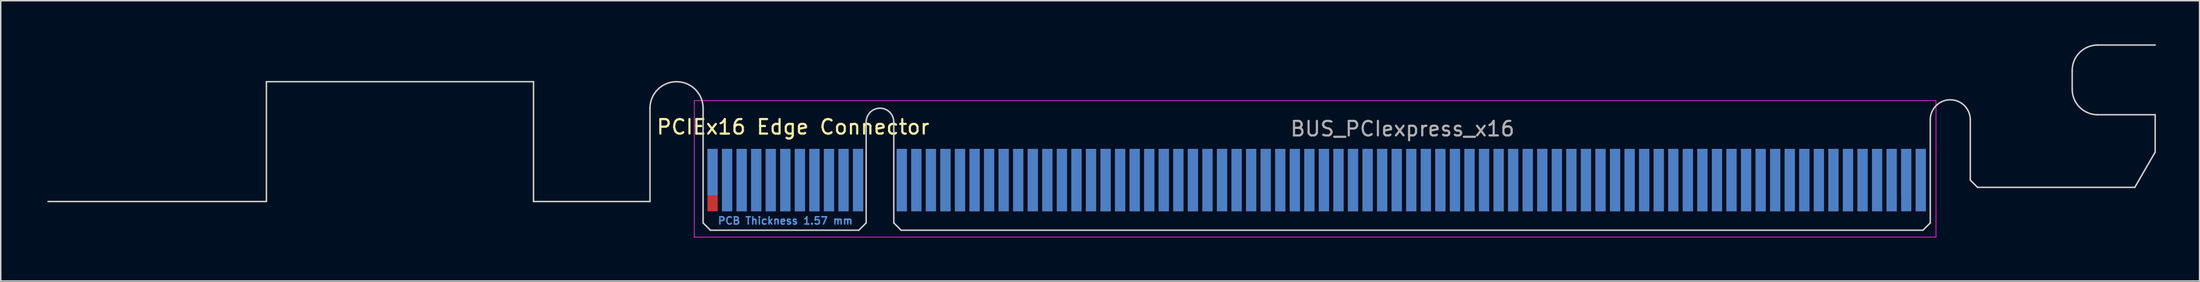
<source format=kicad_pcb>
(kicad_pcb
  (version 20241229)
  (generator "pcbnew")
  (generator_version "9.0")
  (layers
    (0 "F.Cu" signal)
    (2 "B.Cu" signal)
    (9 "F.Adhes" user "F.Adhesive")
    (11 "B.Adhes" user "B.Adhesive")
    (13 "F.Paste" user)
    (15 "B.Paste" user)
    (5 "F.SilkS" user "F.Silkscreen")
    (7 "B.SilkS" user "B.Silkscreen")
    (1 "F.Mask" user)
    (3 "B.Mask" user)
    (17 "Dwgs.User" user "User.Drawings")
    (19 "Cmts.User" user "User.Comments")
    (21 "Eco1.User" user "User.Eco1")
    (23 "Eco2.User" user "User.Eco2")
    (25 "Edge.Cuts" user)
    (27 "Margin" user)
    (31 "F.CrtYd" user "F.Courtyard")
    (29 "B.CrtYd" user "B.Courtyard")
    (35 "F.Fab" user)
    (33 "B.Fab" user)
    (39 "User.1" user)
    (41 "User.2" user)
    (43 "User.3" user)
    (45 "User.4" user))
  (footprint "PCIEx16 Edge Connector"
    (layer "F.Cu")
    (at 0.25 10.825)
    (property "Reference" "PCIEx16 Edge Connector" (at 51.181 -5.131 0) (layer "F.SilkS") (effects (font (size 1 1) (thickness 0.15))))
    (attr through_hole)
    (fp_line (start 0 0) (end 15 0) (stroke (width 0.1) (type solid)) (layer "Edge.Cuts"))
    (fp_line (start 15 -8.25) (end 33.35 -8.25) (stroke (width 0.1) (type solid)) (layer "Edge.Cuts"))
    (fp_line (start 15 0) (end 15 -8.25) (stroke (width 0.1) (type solid)) (layer "Edge.Cuts"))
    (fp_line (start 33.35 0) (end 33.35 -8.25) (stroke (width 0.1) (type solid)) (layer "Edge.Cuts"))
    (fp_line (start 33.35 0) (end 41.35 0) (stroke (width 0.1) (type solid)) (layer "Edge.Cuts"))
    (fp_line (start 41.35 0) (end 41.35 -6.425) (stroke (width 0.1) (type solid)) (layer "Edge.Cuts"))
    (fp_line (start 45 -6.425) (end 45 1.475) (stroke (width 0.1) (type solid)) (layer "Edge.Cuts"))
    (fp_line (start 45 1.475) (end 45.5 1.975) (stroke (width 0.1) (type solid)) (layer "Edge.Cuts"))
    (fp_line (start 45.5 1.975) (end 55.7 1.975) (stroke (width 0.1) (type solid)) (layer "Edge.Cuts"))
    (fp_line (start 56.2 -5.475) (end 56.2 1.475) (stroke (width 0.1) (type solid)) (layer "Edge.Cuts"))
    (fp_line (start 56.2 1.475) (end 55.7 1.975) (stroke (width 0.1) (type solid)) (layer "Edge.Cuts"))
    (fp_line (start 58.1 -5.475) (end 58.1 1.475) (stroke (width 0.1) (type solid)) (layer "Edge.Cuts"))
    (fp_line (start 58.1 1.475) (end 58.6 1.975) (stroke (width 0.1) (type solid)) (layer "Edge.Cuts"))
    (fp_line (start 58.6 1.975) (end 128.8 1.975) (stroke (width 0.1) (type solid)) (layer "Edge.Cuts"))
    (fp_line (start 129.3 -5.63) (end 129.3 1.475) (stroke (width 0.1) (type solid)) (layer "Edge.Cuts"))
    (fp_line (start 129.3 1.475) (end 128.8 1.975) (stroke (width 0.1) (type solid)) (layer "Edge.Cuts"))
    (fp_line (start 132.05 -5.63) (end 132.05 -1.475) (stroke (width 0.1) (type solid)) (layer "Edge.Cuts"))
    (fp_line (start 132.05 -1.475) (end 132.55 -0.975) (stroke (width 0.1) (type solid)) (layer "Edge.Cuts"))
    (fp_line (start 132.55 -0.975) (end 143.35 -0.975) (stroke (width 0.1) (type solid)) (layer "Edge.Cuts"))
    (fp_line (start 139.05 -9.025) (end 139.05 -7.725) (stroke (width 0.1) (type solid)) (layer "Edge.Cuts"))
    (fp_line (start 140.8 -5.975) (end 144.75 -5.975) (stroke (width 0.1) (type solid)) (layer "Edge.Cuts"))
    (fp_line (start 144.75 -10.775) (end 140.8 -10.775) (stroke (width 0.1) (type solid)) (layer "Edge.Cuts"))
    (fp_line (start 144.75 -5.975) (end 144.75 -3.4) (stroke (width 0.1) (type solid)) (layer "Edge.Cuts"))
    (fp_line (start 144.75 -3.4) (end 143.35 -0.975) (stroke (width 0.1) (type solid)) (layer "Edge.Cuts"))
    (fp_arc (start 41.35 -6.425) (mid 43.175 -8.25) (end 45 -6.425) (stroke (width 0.1) (type solid)) (layer "Edge.Cuts"))
    (fp_arc (start 56.2 -5.475) (mid 57.15 -6.425) (end 58.1 -5.475) (stroke (width 0.1) (type solid)) (layer "Edge.Cuts"))
    (fp_arc (start 129.3 -5.63) (mid 130.675 -7.005) (end 132.05 -5.63) (stroke (width 0.1) (type solid)) (layer "Edge.Cuts"))
    (fp_arc (start 139.05 -9.025) (mid 139.562563 -10.262437) (end 140.8 -10.775) (stroke (width 0.1) (type solid)) (layer "Edge.Cuts"))
    (fp_arc (start 140.8 -5.975) (mid 139.562563 -6.487563) (end 139.05 -7.725) (stroke (width 0.1) (type solid)) (layer "Edge.Cuts"))
    (fp_line (start 44.392 -6.949) (end 44.392 2.451) (stroke (width 0.05) (type solid)) (layer "F.CrtYd"))
    (fp_line (start 44.392 -6.949) (end 129.692 -6.949) (stroke (width 0.05) (type solid)) (layer "F.CrtYd"))
    (fp_line (start 129.692 2.451) (end 44.392 2.451) (stroke (width 0.05) (type solid)) (layer "F.CrtYd"))
    (fp_line (start 129.692 2.451) (end 129.692 -6.949) (stroke (width 0.05) (type solid)) (layer "F.CrtYd"))
    (fp_text user "PCB Thickness 1.57 mm" (at 50.65 1.325 180) (layer "Cmts.User") (effects (font (size 0.5 0.5) (thickness 0.1))))
    (fp_text user "BUS_PCIexpress_x16" (at 93.046 -5.006 0) (layer "F.Fab") (effects (font (size 1 1) (thickness 0.15))))
    (pad "A1" connect rect (at 45.65 -2.025) (size 0.7 3.2) (layers "B.Cu" "B.Mask"))
    (pad "A2" connect rect (at 46.65 -1.475) (size 0.7 4.3) (layers "B.Cu" "B.Mask"))
    (pad "A3" connect rect (at 47.65 -1.475) (size 0.7 4.3) (layers "B.Cu" "B.Mask"))
    (pad "A4" connect rect (at 48.65 -1.475) (size 0.7 4.3) (layers "B.Cu" "B.Mask"))
    (pad "A5" connect rect (at 49.65 -1.475) (size 0.7 4.3) (layers "B.Cu" "B.Mask"))
    (pad "A6" connect rect (at 50.65 -1.475) (size 0.7 4.3) (layers "B.Cu" "B.Mask"))
    (pad "A7" connect rect (at 51.65 -1.475) (size 0.7 4.3) (layers "B.Cu" "B.Mask"))
    (pad "A8" connect rect (at 52.65 -1.475) (size 0.7 4.3) (layers "B.Cu" "B.Mask"))
    (pad "A9" connect rect (at 53.65 -1.475) (size 0.7 4.3) (layers "B.Cu" "B.Mask"))
    (pad "A10" connect rect (at 54.65 -1.475) (size 0.7 4.3) (layers "B.Cu" "B.Mask"))
    (pad "A11" connect rect (at 55.65 -1.475) (size 0.7 4.3) (layers "B.Cu" "B.Mask"))
    (pad "A12" connect rect (at 58.65 -1.475) (size 0.7 4.3) (layers "B.Cu" "B.Mask"))
    (pad "A13" connect rect (at 59.65 -1.475) (size 0.7 4.3) (layers "B.Cu" "B.Mask"))
    (pad "A14" connect rect (at 60.65 -1.475) (size 0.7 4.3) (layers "B.Cu" "B.Mask"))
    (pad "A15" connect rect (at 61.65 -1.475) (size 0.7 4.3) (layers "B.Cu" "B.Mask"))
    (pad "A16" connect rect (at 62.65 -1.475) (size 0.7 4.3) (layers "B.Cu" "B.Mask"))
    (pad "A17" connect rect (at 63.65 -1.475) (size 0.7 4.3) (layers "B.Cu" "B.Mask"))
    (pad "A18" connect rect (at 64.65 -1.475) (size 0.7 4.3) (layers "B.Cu" "B.Mask"))
    (pad "A19" connect rect (at 65.65 -1.475) (size 0.7 4.3) (layers "B.Cu" "B.Mask"))
    (pad "A20" connect rect (at 66.65 -1.475) (size 0.7 4.3) (layers "B.Cu" "B.Mask"))
    (pad "A21" connect rect (at 67.65 -1.475) (size 0.7 4.3) (layers "B.Cu" "B.Mask"))
    (pad "A22" connect rect (at 68.65 -1.475) (size 0.7 4.3) (layers "B.Cu" "B.Mask"))
    (pad "A23" connect rect (at 69.65 -1.475) (size 0.7 4.3) (layers "B.Cu" "B.Mask"))
    (pad "A24" connect rect (at 70.65 -1.475) (size 0.7 4.3) (layers "B.Cu" "B.Mask"))
    (pad "A25" connect rect (at 71.65 -1.475) (size 0.7 4.3) (layers "B.Cu" "B.Mask"))
    (pad "A26" connect rect (at 72.65 -1.475) (size 0.7 4.3) (layers "B.Cu" "B.Mask"))
    (pad "A27" connect rect (at 73.65 -1.475) (size 0.7 4.3) (layers "B.Cu" "B.Mask"))
    (pad "A28" connect rect (at 74.65 -1.475) (size 0.7 4.3) (layers "B.Cu" "B.Mask"))
    (pad "A29" connect rect (at 75.65 -1.475) (size 0.7 4.3) (layers "B.Cu" "B.Mask"))
    (pad "A30" connect rect (at 76.65 -1.475) (size 0.7 4.3) (layers "B.Cu" "B.Mask"))
    (pad "A31" connect rect (at 77.65 -1.475) (size 0.7 4.3) (layers "B.Cu" "B.Mask"))
    (pad "A32" connect rect (at 78.65 -1.475) (size 0.7 4.3) (layers "B.Cu" "B.Mask"))
    (pad "A33" connect rect (at 79.65 -1.475) (size 0.7 4.3) (layers "B.Cu" "B.Mask"))
    (pad "A34" connect rect (at 80.65 -1.475) (size 0.7 4.3) (layers "B.Cu" "B.Mask"))
    (pad "A35" connect rect (at 81.65 -1.475) (size 0.7 4.3) (layers "B.Cu" "B.Mask"))
    (pad "A36" connect rect (at 82.65 -1.475) (size 0.7 4.3) (layers "B.Cu" "B.Mask"))
    (pad "A37" connect rect (at 83.65 -1.475) (size 0.7 4.3) (layers "B.Cu" "B.Mask"))
    (pad "A38" connect rect (at 84.65 -1.475) (size 0.7 4.3) (layers "B.Cu" "B.Mask"))
    (pad "A39" connect rect (at 85.65 -1.475) (size 0.7 4.3) (layers "B.Cu" "B.Mask"))
    (pad "A40" connect rect (at 86.65 -1.475) (size 0.7 4.3) (layers "B.Cu" "B.Mask"))
    (pad "A41" connect rect (at 87.65 -1.475) (size 0.7 4.3) (layers "B.Cu" "B.Mask"))
    (pad "A42" connect rect (at 88.65 -1.475) (size 0.7 4.3) (layers "B.Cu" "B.Mask"))
    (pad "A43" connect rect (at 89.65 -1.475) (size 0.7 4.3) (layers "B.Cu" "B.Mask"))
    (pad "A44" connect rect (at 90.65 -1.475) (size 0.7 4.3) (layers "B.Cu" "B.Mask"))
    (pad "A45" connect rect (at 91.65 -1.475) (size 0.7 4.3) (layers "B.Cu" "B.Mask"))
    (pad "A46" connect rect (at 92.65 -1.475) (size 0.7 4.3) (layers "B.Cu" "B.Mask"))
    (pad "A47" connect rect (at 93.65 -1.475) (size 0.7 4.3) (layers "B.Cu" "B.Mask"))
    (pad "A48" connect rect (at 94.65 -1.475) (size 0.7 4.3) (layers "B.Cu" "B.Mask"))
    (pad "A49" connect rect (at 95.65 -1.475) (size 0.7 4.3) (layers "B.Cu" "B.Mask"))
    (pad "A50" connect rect (at 96.65 -1.475) (size 0.7 4.3) (layers "B.Cu" "B.Mask"))
    (pad "A51" connect rect (at 97.65 -1.475) (size 0.7 4.3) (layers "B.Cu" "B.Mask"))
    (pad "A52" connect rect (at 98.65 -1.475) (size 0.7 4.3) (layers "B.Cu" "B.Mask"))
    (pad "A53" connect rect (at 99.65 -1.475) (size 0.7 4.3) (layers "B.Cu" "B.Mask"))
    (pad "A54" connect rect (at 100.65 -1.475) (size 0.7 4.3) (layers "B.Cu" "B.Mask"))
    (pad "A55" connect rect (at 101.65 -1.475) (size 0.7 4.3) (layers "B.Cu" "B.Mask"))
    (pad "A56" connect rect (at 102.65 -1.475) (size 0.7 4.3) (layers "B.Cu" "B.Mask"))
    (pad "A57" connect rect (at 103.65 -1.475) (size 0.7 4.3) (layers "B.Cu" "B.Mask"))
    (pad "A58" connect rect (at 104.65 -1.475) (size 0.7 4.3) (layers "B.Cu" "B.Mask"))
    (pad "A59" connect rect (at 105.65 -1.475) (size 0.7 4.3) (layers "B.Cu" "B.Mask"))
    (pad "A60" connect rect (at 106.65 -1.475) (size 0.7 4.3) (layers "B.Cu" "B.Mask"))
    (pad "A61" connect rect (at 107.65 -1.475) (size 0.7 4.3) (layers "B.Cu" "B.Mask"))
    (pad "A62" connect rect (at 108.65 -1.475) (size 0.7 4.3) (layers "B.Cu" "B.Mask"))
    (pad "A63" connect rect (at 109.65 -1.475) (size 0.7 4.3) (layers "B.Cu" "B.Mask"))
    (pad "A64" connect rect (at 110.65 -1.475) (size 0.7 4.3) (layers "B.Cu" "B.Mask"))
    (pad "A65" connect rect (at 111.65 -1.475) (size 0.7 4.3) (layers "B.Cu" "B.Mask"))
    (pad "A66" connect rect (at 112.65 -1.475) (size 0.7 4.3) (layers "B.Cu" "B.Mask"))
    (pad "A67" connect rect (at 113.65 -1.475) (size 0.7 4.3) (layers "B.Cu" "B.Mask"))
    (pad "A68" connect rect (at 114.65 -1.475) (size 0.7 4.3) (layers "B.Cu" "B.Mask"))
    (pad "A69" connect rect (at 115.65 -1.475) (size 0.7 4.3) (layers "B.Cu" "B.Mask"))
    (pad "A70" connect rect (at 116.65 -1.475) (size 0.7 4.3) (layers "B.Cu" "B.Mask"))
    (pad "A71" connect rect (at 117.65 -1.475) (size 0.7 4.3) (layers "B.Cu" "B.Mask"))
    (pad "A72" connect rect (at 118.65 -1.475) (size 0.7 4.3) (layers "B.Cu" "B.Mask"))
    (pad "A73" connect rect (at 119.65 -1.475) (size 0.7 4.3) (layers "B.Cu" "B.Mask"))
    (pad "A74" connect rect (at 120.65 -1.475) (size 0.7 4.3) (layers "B.Cu" "B.Mask"))
    (pad "A75" connect rect (at 121.65 -1.475) (size 0.7 4.3) (layers "B.Cu" "B.Mask"))
    (pad "A76" connect rect (at 122.65 -1.475) (size 0.7 4.3) (layers "B.Cu" "B.Mask"))
    (pad "A77" connect rect (at 123.65 -1.475) (size 0.7 4.3) (layers "B.Cu" "B.Mask"))
    (pad "A78" connect rect (at 124.65 -1.475) (size 0.7 4.3) (layers "B.Cu" "B.Mask"))
    (pad "A79" connect rect (at 125.65 -1.475) (size 0.7 4.3) (layers "B.Cu" "B.Mask"))
    (pad "A80" connect rect (at 126.65 -1.475) (size 0.7 4.3) (layers "B.Cu" "B.Mask"))
    (pad "A81" connect rect (at 127.65 -1.475) (size 0.7 4.3) (layers "B.Cu" "B.Mask"))
    (pad "A82" connect rect (at 128.65 -1.475) (size 0.7 4.3) (layers "B.Cu" "B.Mask"))
    (pad "B1" connect rect (at 45.65 -1.475) (size 0.7 4.3) (layers "F.Cu" "F.Mask"))
    (pad "B2" connect rect (at 46.65 -1.475) (size 0.7 4.3) (layers "F.Cu" "F.Mask"))
    (pad "B3" connect rect (at 47.65 -1.475) (size 0.7 4.3) (layers "F.Cu" "F.Mask"))
    (pad "B4" connect rect (at 48.65 -1.475) (size 0.7 4.3) (layers "F.Cu" "F.Mask"))
    (pad "B5" connect rect (at 49.65 -1.475) (size 0.7 4.3) (layers "F.Cu" "F.Mask"))
    (pad "B6" connect rect (at 50.65 -1.475) (size 0.7 4.3) (layers "F.Cu" "F.Mask"))
    (pad "B7" connect rect (at 51.65 -1.475) (size 0.7 4.3) (layers "F.Cu" "F.Mask"))
    (pad "B8" connect rect (at 52.65 -1.475) (size 0.7 4.3) (layers "F.Cu" "F.Mask"))
    (pad "B9" connect rect (at 53.65 -1.475) (size 0.7 4.3) (layers "F.Cu" "F.Mask"))
    (pad "B10" connect rect (at 54.65 -1.475) (size 0.7 4.3) (layers "F.Cu" "F.Mask"))
    (pad "B11" connect rect (at 55.65 -1.475) (size 0.7 4.3) (layers "F.Cu" "F.Mask"))
    (pad "B12" connect rect (at 58.65 -1.475) (size 0.7 4.3) (layers "F.Cu" "F.Mask"))
    (pad "B13" connect rect (at 59.65 -1.475) (size 0.7 4.3) (layers "F.Cu" "F.Mask"))
    (pad "B14" connect rect (at 60.65 -1.475) (size 0.7 4.3) (layers "F.Cu" "F.Mask"))
    (pad "B15" connect rect (at 61.65 -1.475) (size 0.7 4.3) (layers "F.Cu" "F.Mask"))
    (pad "B16" connect rect (at 62.65 -1.475) (size 0.7 4.3) (layers "F.Cu" "F.Mask"))
    (pad "B17" connect rect (at 63.65 -1.475) (size 0.7 4.3) (layers "F.Cu" "F.Mask"))
    (pad "B18" connect rect (at 64.65 -1.475) (size 0.7 4.3) (layers "F.Cu" "F.Mask"))
    (pad "B19" connect rect (at 65.65 -1.475) (size 0.7 4.3) (layers "F.Cu" "F.Mask"))
    (pad "B20" connect rect (at 66.65 -1.475) (size 0.7 4.3) (layers "F.Cu" "F.Mask"))
    (pad "B21" connect rect (at 67.65 -1.475) (size 0.7 4.3) (layers "F.Cu" "F.Mask"))
    (pad "B22" connect rect (at 68.65 -1.475) (size 0.7 4.3) (layers "F.Cu" "F.Mask"))
    (pad "B23" connect rect (at 69.65 -1.475) (size 0.7 4.3) (layers "F.Cu" "F.Mask"))
    (pad "B24" connect rect (at 70.65 -1.475) (size 0.7 4.3) (layers "F.Cu" "F.Mask"))
    (pad "B25" connect rect (at 71.65 -1.475) (size 0.7 4.3) (layers "F.Cu" "F.Mask"))
    (pad "B26" connect rect (at 72.65 -1.475) (size 0.7 4.3) (layers "F.Cu" "F.Mask"))
    (pad "B27" connect rect (at 73.65 -1.475) (size 0.7 4.3) (layers "F.Cu" "F.Mask"))
    (pad "B28" connect rect (at 74.65 -1.475) (size 0.7 4.3) (layers "F.Cu" "F.Mask"))
    (pad "B29" connect rect (at 75.65 -1.475) (size 0.7 4.3) (layers "F.Cu" "F.Mask"))
    (pad "B30" connect rect (at 76.65 -1.475) (size 0.7 4.3) (layers "F.Cu" "F.Mask"))
    (pad "B31" connect rect (at 77.65 -1.475) (size 0.7 4.3) (layers "F.Cu" "F.Mask"))
    (pad "B32" connect rect (at 78.65 -1.475) (size 0.7 4.3) (layers "F.Cu" "F.Mask"))
    (pad "B33" connect rect (at 79.65 -1.475) (size 0.7 4.3) (layers "F.Cu" "F.Mask"))
    (pad "B34" connect rect (at 80.65 -1.475) (size 0.7 4.3) (layers "F.Cu" "F.Mask"))
    (pad "B35" connect rect (at 81.65 -1.475) (size 0.7 4.3) (layers "F.Cu" "F.Mask"))
    (pad "B36" connect rect (at 82.65 -1.475) (size 0.7 4.3) (layers "F.Cu" "F.Mask"))
    (pad "B37" connect rect (at 83.65 -1.475) (size 0.7 4.3) (layers "F.Cu" "F.Mask"))
    (pad "B38" connect rect (at 84.65 -1.475) (size 0.7 4.3) (layers "F.Cu" "F.Mask"))
    (pad "B39" connect rect (at 85.65 -1.475) (size 0.7 4.3) (layers "F.Cu" "F.Mask"))
    (pad "B40" connect rect (at 86.65 -1.475) (size 0.7 4.3) (layers "F.Cu" "F.Mask"))
    (pad "B41" connect rect (at 87.65 -1.475) (size 0.7 4.3) (layers "F.Cu" "F.Mask"))
    (pad "B42" connect rect (at 88.65 -1.475) (size 0.7 4.3) (layers "F.Cu" "F.Mask"))
    (pad "B43" connect rect (at 89.65 -1.475) (size 0.7 4.3) (layers "F.Cu" "F.Mask"))
    (pad "B44" connect rect (at 90.65 -1.475) (size 0.7 4.3) (layers "F.Cu" "F.Mask"))
    (pad "B45" connect rect (at 91.65 -1.475) (size 0.7 4.3) (layers "F.Cu" "F.Mask"))
    (pad "B46" connect rect (at 92.65 -1.475) (size 0.7 4.3) (layers "F.Cu" "F.Mask"))
    (pad "B47" connect rect (at 93.65 -1.475) (size 0.7 4.3) (layers "F.Cu" "F.Mask"))
    (pad "B48" connect rect (at 94.65 -1.475) (size 0.7 4.3) (layers "F.Cu" "F.Mask"))
    (pad "B49" connect rect (at 95.65 -1.475) (size 0.7 4.3) (layers "F.Cu" "F.Mask"))
    (pad "B50" connect rect (at 96.65 -1.475) (size 0.7 4.3) (layers "F.Cu" "F.Mask"))
    (pad "B51" connect rect (at 97.65 -1.475) (size 0.7 4.3) (layers "F.Cu" "F.Mask"))
    (pad "B52" connect rect (at 98.65 -1.475) (size 0.7 4.3) (layers "F.Cu" "F.Mask"))
    (pad "B53" connect rect (at 99.65 -1.475) (size 0.7 4.3) (layers "F.Cu" "F.Mask"))
    (pad "B54" connect rect (at 100.65 -1.475) (size 0.7 4.3) (layers "F.Cu" "F.Mask"))
    (pad "B55" connect rect (at 101.65 -1.475) (size 0.7 4.3) (layers "F.Cu" "F.Mask"))
    (pad "B56" connect rect (at 102.65 -1.475) (size 0.7 4.3) (layers "F.Cu" "F.Mask"))
    (pad "B57" connect rect (at 103.65 -1.475) (size 0.7 4.3) (layers "F.Cu" "F.Mask"))
    (pad "B58" connect rect (at 104.65 -1.475) (size 0.7 4.3) (layers "F.Cu" "F.Mask"))
    (pad "B59" connect rect (at 105.65 -1.475) (size 0.7 4.3) (layers "F.Cu" "F.Mask"))
    (pad "B60" connect rect (at 106.65 -1.475) (size 0.7 4.3) (layers "F.Cu" "F.Mask"))
    (pad "B61" connect rect (at 107.65 -1.475) (size 0.7 4.3) (layers "F.Cu" "F.Mask"))
    (pad "B62" connect rect (at 108.65 -1.475) (size 0.7 4.3) (layers "F.Cu" "F.Mask"))
    (pad "B63" connect rect (at 109.65 -1.475) (size 0.7 4.3) (layers "F.Cu" "F.Mask"))
    (pad "B64" connect rect (at 110.65 -1.475) (size 0.7 4.3) (layers "F.Cu" "F.Mask"))
    (pad "B65" connect rect (at 111.65 -1.475) (size 0.7 4.3) (layers "F.Cu" "F.Mask"))
    (pad "B66" connect rect (at 112.65 -1.475) (size 0.7 4.3) (layers "F.Cu" "F.Mask"))
    (pad "B67" connect rect (at 113.65 -1.475) (size 0.7 4.3) (layers "F.Cu" "F.Mask"))
    (pad "B68" connect rect (at 114.65 -1.475) (size 0.7 4.3) (layers "F.Cu" "F.Mask"))
    (pad "B69" connect rect (at 115.65 -1.475) (size 0.7 4.3) (layers "F.Cu" "F.Mask"))
    (pad "B70" connect rect (at 116.65 -1.475) (size 0.7 4.3) (layers "F.Cu" "F.Mask"))
    (pad "B71" connect rect (at 117.65 -1.475) (size 0.7 4.3) (layers "F.Cu" "F.Mask"))
    (pad "B72" connect rect (at 118.65 -1.475) (size 0.7 4.3) (layers "F.Cu" "F.Mask"))
    (pad "B73" connect rect (at 119.65 -1.475) (size 0.7 4.3) (layers "F.Cu" "F.Mask"))
    (pad "B74" connect rect (at 120.65 -1.475) (size 0.7 4.3) (layers "F.Cu" "F.Mask"))
    (pad "B75" connect rect (at 121.65 -1.475) (size 0.7 4.3) (layers "F.Cu" "F.Mask"))
    (pad "B76" connect rect (at 122.65 -1.475) (size 0.7 4.3) (layers "F.Cu" "F.Mask"))
    (pad "B77" connect rect (at 123.65 -1.475) (size 0.7 4.3) (layers "F.Cu" "F.Mask"))
    (pad "B78" connect rect (at 124.65 -1.475) (size 0.7 4.3) (layers "F.Cu" "F.Mask"))
    (pad "B79" connect rect (at 125.65 -1.475) (size 0.7 4.3) (layers "F.Cu" "F.Mask"))
    (pad "B80" connect rect (at 126.65 -1.475) (size 0.7 4.3) (layers "F.Cu" "F.Mask"))
    (pad "B81" connect rect (at 127.65 -2.025) (size 0.7 3.2) (layers "F.Cu" "F.Mask"))
    (pad "B82" connect rect (at 128.65 -1.475) (size 0.7 4.3) (layers "F.Cu" "F.Mask")))
  (gr_rect
    (start -3 -3)
    (end 148.05 16.301)
    (stroke (width 0.1) (type default))
    (fill no)
    (layer "Edge.Cuts")))
</source>
